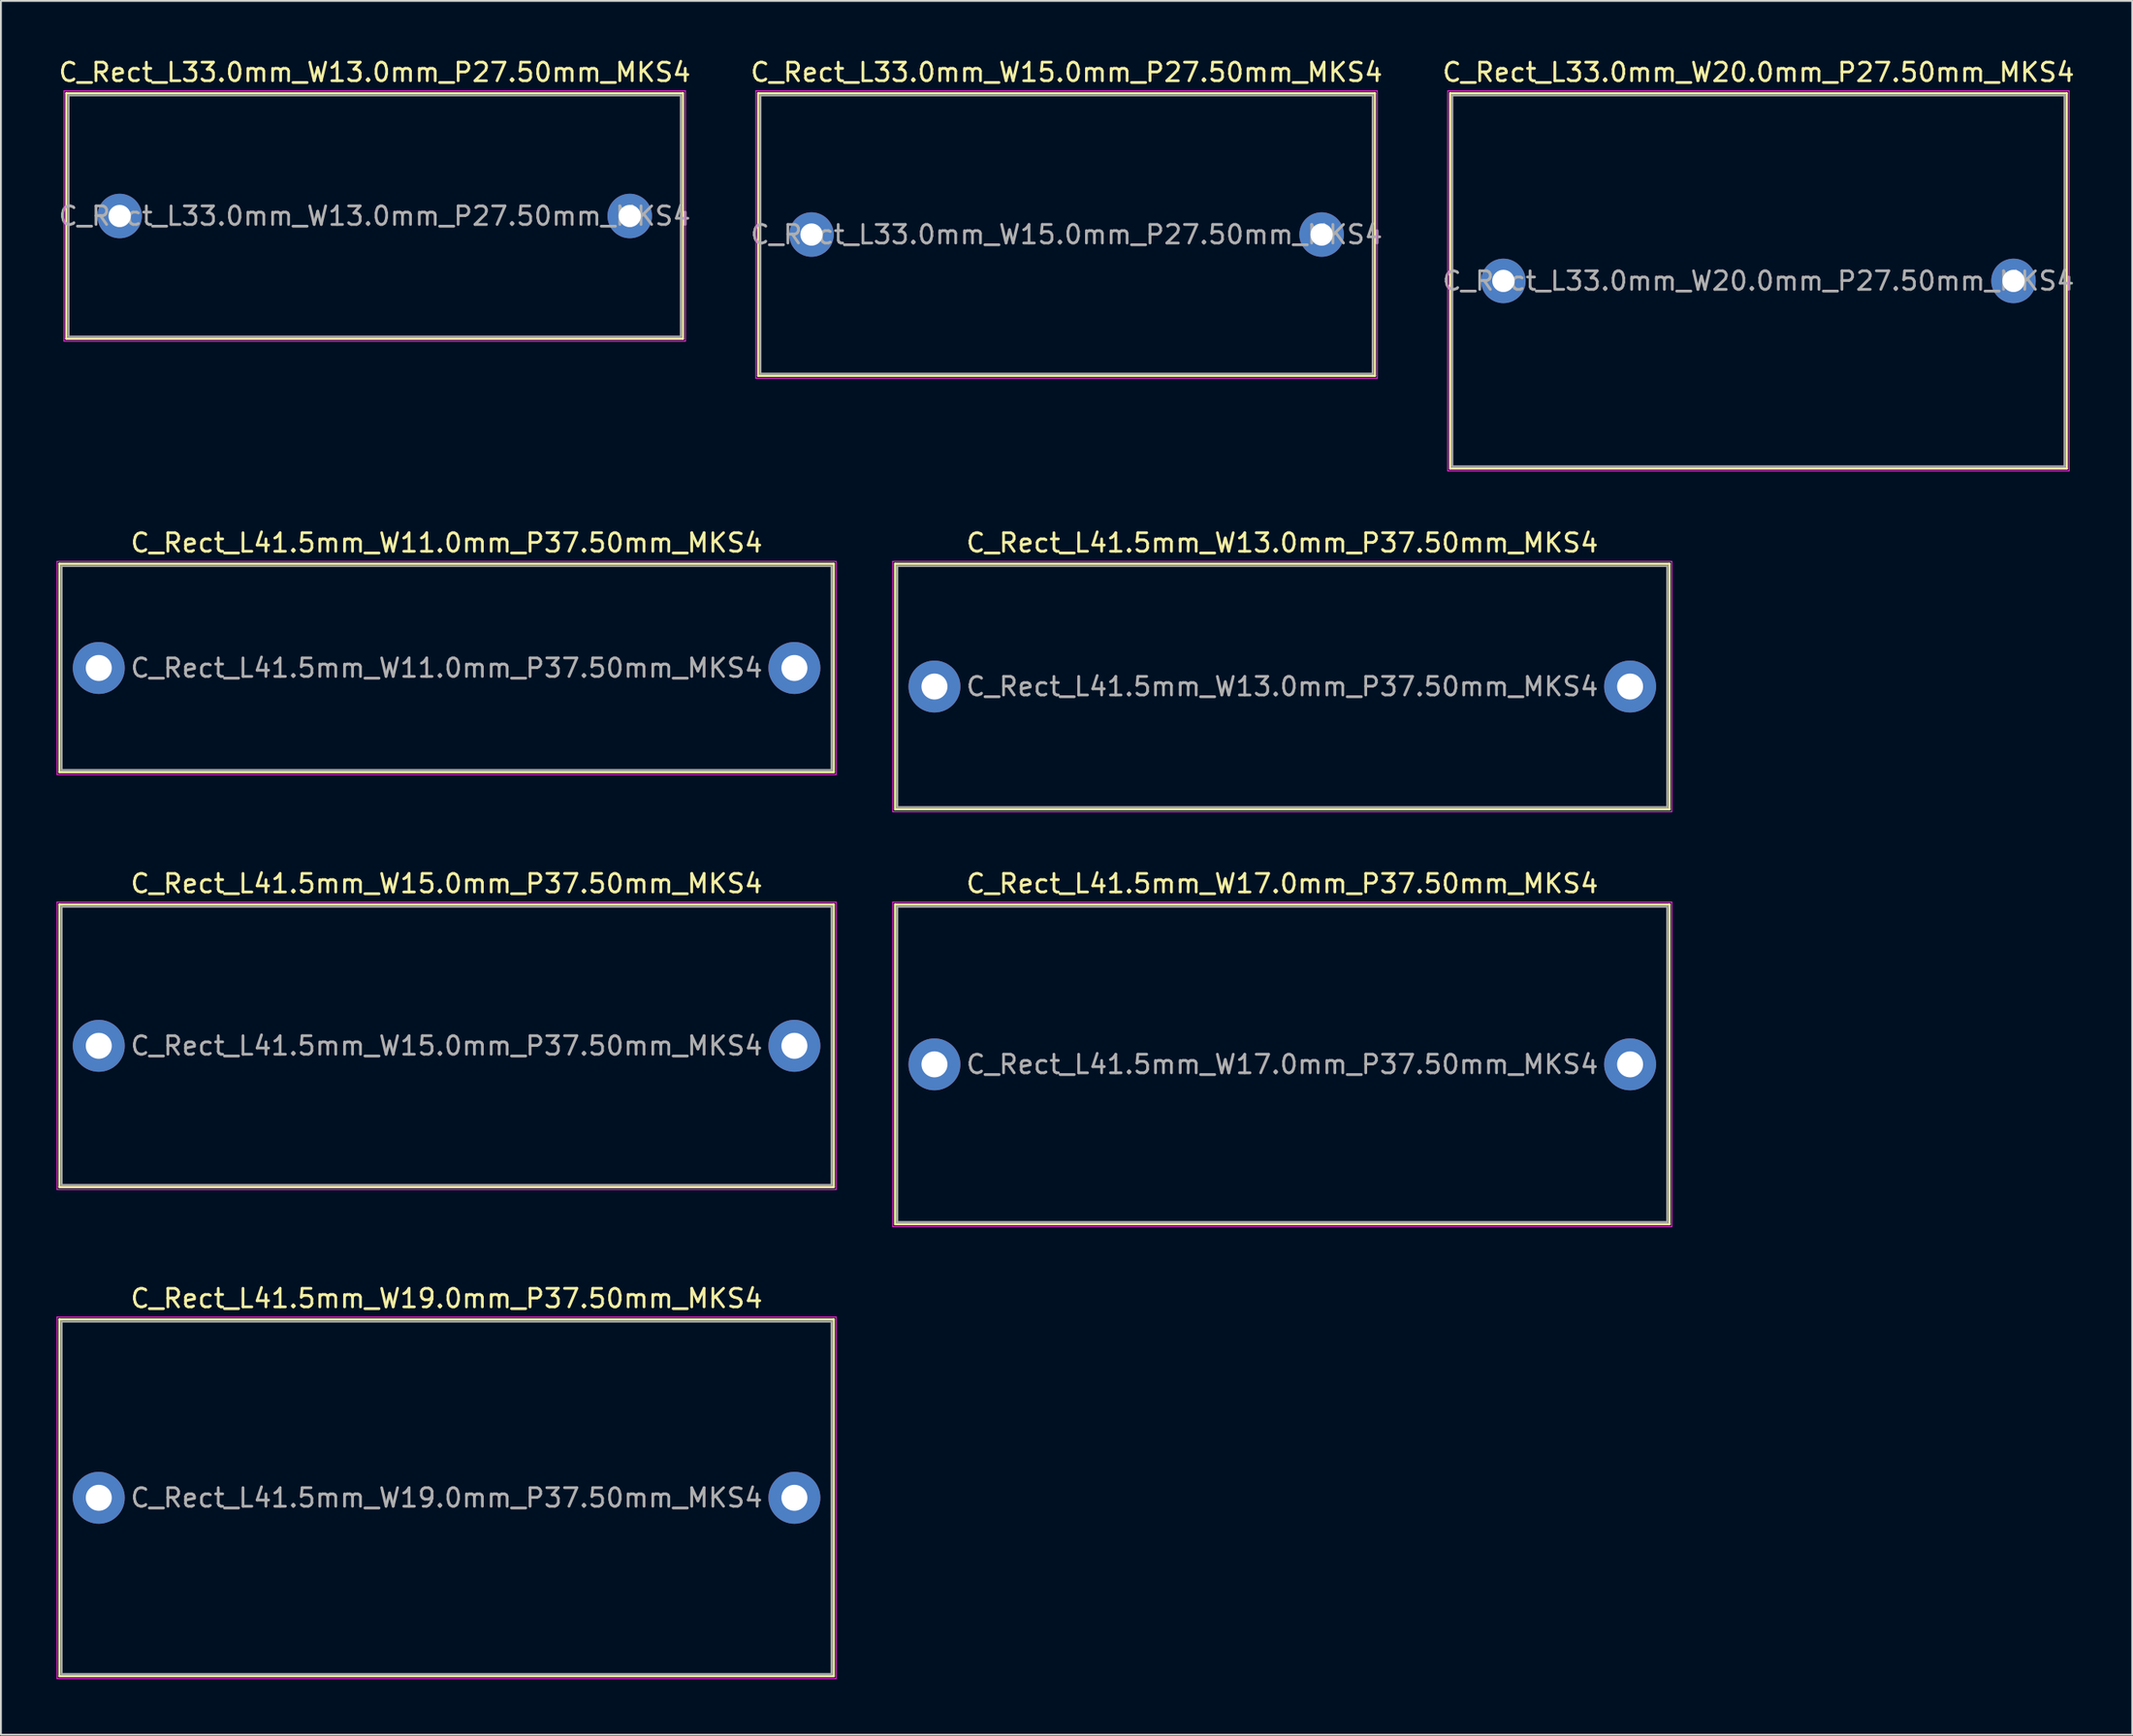
<source format=kicad_pcb>
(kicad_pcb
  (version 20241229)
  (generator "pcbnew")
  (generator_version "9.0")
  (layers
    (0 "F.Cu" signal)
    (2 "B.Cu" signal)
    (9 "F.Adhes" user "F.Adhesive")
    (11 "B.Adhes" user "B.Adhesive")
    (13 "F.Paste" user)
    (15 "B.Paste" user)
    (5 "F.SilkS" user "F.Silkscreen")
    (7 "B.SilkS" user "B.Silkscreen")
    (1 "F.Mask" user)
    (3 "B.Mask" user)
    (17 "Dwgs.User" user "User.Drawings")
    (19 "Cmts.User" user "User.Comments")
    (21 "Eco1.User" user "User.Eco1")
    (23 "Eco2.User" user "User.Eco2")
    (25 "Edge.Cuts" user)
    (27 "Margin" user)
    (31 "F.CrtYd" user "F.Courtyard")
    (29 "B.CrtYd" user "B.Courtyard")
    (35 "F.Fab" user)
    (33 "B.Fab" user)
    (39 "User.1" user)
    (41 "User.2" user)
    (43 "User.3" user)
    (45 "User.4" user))
  (footprint "C_Rect_L41.5mm_W17.0mm_P37.50mm_MKS4"
    (layer "F.Cu")
    (at 47.325 54.345)
    (property "Reference" "C_Rect_L41.5mm_W17.0mm_P37.50mm_MKS4" (at 18.75 -9.75 0) (layer "F.SilkS") (effects (font (size 1 1) (thickness 0.15))))
    (attr through_hole)
    (fp_line (start -2.12 -8.62) (end -2.12 8.62) (stroke (width 0.12) (type solid)) (layer "F.SilkS"))
    (fp_line (start -2.12 -8.62) (end 39.62 -8.62) (stroke (width 0.12) (type solid)) (layer "F.SilkS"))
    (fp_line (start -2.12 8.62) (end 39.62 8.62) (stroke (width 0.12) (type solid)) (layer "F.SilkS"))
    (fp_line (start 39.62 -8.62) (end 39.62 8.62) (stroke (width 0.12) (type solid)) (layer "F.SilkS"))
    (fp_line (start -2.25 -8.75) (end -2.25 8.75) (stroke (width 0.05) (type solid)) (layer "F.CrtYd"))
    (fp_line (start -2.25 8.75) (end 39.75 8.75) (stroke (width 0.05) (type solid)) (layer "F.CrtYd"))
    (fp_line (start 39.75 -8.75) (end -2.25 -8.75) (stroke (width 0.05) (type solid)) (layer "F.CrtYd"))
    (fp_line (start 39.75 8.75) (end 39.75 -8.75) (stroke (width 0.05) (type solid)) (layer "F.CrtYd"))
    (fp_line (start -2 -8.5) (end -2 8.5) (stroke (width 0.1) (type solid)) (layer "F.Fab"))
    (fp_line (start -2 8.5) (end 39.5 8.5) (stroke (width 0.1) (type solid)) (layer "F.Fab"))
    (fp_line (start 39.5 -8.5) (end -2 -8.5) (stroke (width 0.1) (type solid)) (layer "F.Fab"))
    (fp_line (start 39.5 8.5) (end 39.5 -8.5) (stroke (width 0.1) (type solid)) (layer "F.Fab"))
    (fp_text user "${REFERENCE}" (at 18.75 0 0) (layer "F.Fab") (effects (font (size 1 1) (thickness 0.15))))
    (pad "1" thru_hole circle (at 0 0) (size 2.8 2.8) (drill 1.4) (layers "*.Cu" "*.Mask"))
    (pad "2" thru_hole circle (at 37.5 0) (size 2.8 2.8) (drill 1.4) (layers "*.Cu" "*.Mask")))
  (footprint "C_Rect_L41.5mm_W13.0mm_P37.50mm_MKS4"
    (layer "F.Cu")
    (at 47.325 33.971)
    (property "Reference" "C_Rect_L41.5mm_W13.0mm_P37.50mm_MKS4" (at 18.75 -7.75 0) (layer "F.SilkS") (effects (font (size 1 1) (thickness 0.15))))
    (attr through_hole)
    (fp_line (start -2.12 -6.62) (end -2.12 6.62) (stroke (width 0.12) (type solid)) (layer "F.SilkS"))
    (fp_line (start -2.12 -6.62) (end 39.62 -6.62) (stroke (width 0.12) (type solid)) (layer "F.SilkS"))
    (fp_line (start -2.12 6.62) (end 39.62 6.62) (stroke (width 0.12) (type solid)) (layer "F.SilkS"))
    (fp_line (start 39.62 -6.62) (end 39.62 6.62) (stroke (width 0.12) (type solid)) (layer "F.SilkS"))
    (fp_line (start -2.25 -6.75) (end -2.25 6.75) (stroke (width 0.05) (type solid)) (layer "F.CrtYd"))
    (fp_line (start -2.25 6.75) (end 39.75 6.75) (stroke (width 0.05) (type solid)) (layer "F.CrtYd"))
    (fp_line (start 39.75 -6.75) (end -2.25 -6.75) (stroke (width 0.05) (type solid)) (layer "F.CrtYd"))
    (fp_line (start 39.75 6.75) (end 39.75 -6.75) (stroke (width 0.05) (type solid)) (layer "F.CrtYd"))
    (fp_line (start -2 -6.5) (end -2 6.5) (stroke (width 0.1) (type solid)) (layer "F.Fab"))
    (fp_line (start -2 6.5) (end 39.5 6.5) (stroke (width 0.1) (type solid)) (layer "F.Fab"))
    (fp_line (start 39.5 -6.5) (end -2 -6.5) (stroke (width 0.1) (type solid)) (layer "F.Fab"))
    (fp_line (start 39.5 6.5) (end 39.5 -6.5) (stroke (width 0.1) (type solid)) (layer "F.Fab"))
    (fp_text user "${REFERENCE}" (at 18.75 0 0) (layer "F.Fab") (effects (font (size 1 1) (thickness 0.15))))
    (pad "1" thru_hole circle (at 0 0) (size 2.8 2.8) (drill 1.4) (layers "*.Cu" "*.Mask"))
    (pad "2" thru_hole circle (at 37.5 0) (size 2.8 2.8) (drill 1.4) (layers "*.Cu" "*.Mask")))
  (footprint "C_Rect_L33.0mm_W15.0mm_P27.50mm_MKS4"
    (layer "F.Cu")
    (at 40.696 9.598)
    (property "Reference" "C_Rect_L33.0mm_W15.0mm_P27.50mm_MKS4" (at 13.75 -8.75 0) (layer "F.SilkS") (effects (font (size 1 1) (thickness 0.15))))
    (attr through_hole)
    (fp_line (start -2.87 -7.62) (end -2.87 7.62) (stroke (width 0.12) (type solid)) (layer "F.SilkS"))
    (fp_line (start -2.87 -7.62) (end 30.37 -7.62) (stroke (width 0.12) (type solid)) (layer "F.SilkS"))
    (fp_line (start -2.87 7.62) (end 30.37 7.62) (stroke (width 0.12) (type solid)) (layer "F.SilkS"))
    (fp_line (start 30.37 -7.62) (end 30.37 7.62) (stroke (width 0.12) (type solid)) (layer "F.SilkS"))
    (fp_line (start -3 -7.75) (end -3 7.75) (stroke (width 0.05) (type solid)) (layer "F.CrtYd"))
    (fp_line (start -3 7.75) (end 30.5 7.75) (stroke (width 0.05) (type solid)) (layer "F.CrtYd"))
    (fp_line (start 30.5 -7.75) (end -3 -7.75) (stroke (width 0.05) (type solid)) (layer "F.CrtYd"))
    (fp_line (start 30.5 7.75) (end 30.5 -7.75) (stroke (width 0.05) (type solid)) (layer "F.CrtYd"))
    (fp_line (start -2.75 -7.5) (end -2.75 7.5) (stroke (width 0.1) (type solid)) (layer "F.Fab"))
    (fp_line (start -2.75 7.5) (end 30.25 7.5) (stroke (width 0.1) (type solid)) (layer "F.Fab"))
    (fp_line (start 30.25 -7.5) (end -2.75 -7.5) (stroke (width 0.1) (type solid)) (layer "F.Fab"))
    (fp_line (start 30.25 7.5) (end 30.25 -7.5) (stroke (width 0.1) (type solid)) (layer "F.Fab"))
    (fp_text user "${REFERENCE}" (at 13.75 0 0) (layer "F.Fab") (effects (font (size 1 1) (thickness 0.15))))
    (pad "1" thru_hole circle (at 0 0) (size 2.4 2.4) (drill 1.2) (layers "*.Cu" "*.Mask"))
    (pad "2" thru_hole circle (at 27.5 0) (size 2.4 2.4) (drill 1.2) (layers "*.Cu" "*.Mask")))
  (footprint "C_Rect_L33.0mm_W13.0mm_P27.50mm_MKS4"
    (layer "F.Cu")
    (at 3.399 8.598)
    (property "Reference" "C_Rect_L33.0mm_W13.0mm_P27.50mm_MKS4" (at 13.75 -7.75 0) (layer "F.SilkS") (effects (font (size 1 1) (thickness 0.15))))
    (attr through_hole)
    (fp_line (start -2.87 -6.62) (end -2.87 6.62) (stroke (width 0.12) (type solid)) (layer "F.SilkS"))
    (fp_line (start -2.87 -6.62) (end 30.37 -6.62) (stroke (width 0.12) (type solid)) (layer "F.SilkS"))
    (fp_line (start -2.87 6.62) (end 30.37 6.62) (stroke (width 0.12) (type solid)) (layer "F.SilkS"))
    (fp_line (start 30.37 -6.62) (end 30.37 6.62) (stroke (width 0.12) (type solid)) (layer "F.SilkS"))
    (fp_line (start -3 -6.75) (end -3 6.75) (stroke (width 0.05) (type solid)) (layer "F.CrtYd"))
    (fp_line (start -3 6.75) (end 30.5 6.75) (stroke (width 0.05) (type solid)) (layer "F.CrtYd"))
    (fp_line (start 30.5 -6.75) (end -3 -6.75) (stroke (width 0.05) (type solid)) (layer "F.CrtYd"))
    (fp_line (start 30.5 6.75) (end 30.5 -6.75) (stroke (width 0.05) (type solid)) (layer "F.CrtYd"))
    (fp_line (start -2.75 -6.5) (end -2.75 6.5) (stroke (width 0.1) (type solid)) (layer "F.Fab"))
    (fp_line (start -2.75 6.5) (end 30.25 6.5) (stroke (width 0.1) (type solid)) (layer "F.Fab"))
    (fp_line (start 30.25 -6.5) (end -2.75 -6.5) (stroke (width 0.1) (type solid)) (layer "F.Fab"))
    (fp_line (start 30.25 6.5) (end 30.25 -6.5) (stroke (width 0.1) (type solid)) (layer "F.Fab"))
    (fp_text user "${REFERENCE}" (at 13.75 0 0) (layer "F.Fab") (effects (font (size 1 1) (thickness 0.15))))
    (pad "1" thru_hole circle (at 0 0) (size 2.4 2.4) (drill 1.2) (layers "*.Cu" "*.Mask"))
    (pad "2" thru_hole circle (at 27.5 0) (size 2.4 2.4) (drill 1.2) (layers "*.Cu" "*.Mask")))
  (footprint "C_Rect_L33.0mm_W20.0mm_P27.50mm_MKS4"
    (layer "F.Cu")
    (at 77.994 12.098)
    (property "Reference" "C_Rect_L33.0mm_W20.0mm_P27.50mm_MKS4" (at 13.75 -11.25 0) (layer "F.SilkS") (effects (font (size 1 1) (thickness 0.15))))
    (attr through_hole)
    (fp_line (start -2.87 -10.12) (end -2.87 10.12) (stroke (width 0.12) (type solid)) (layer "F.SilkS"))
    (fp_line (start -2.87 -10.12) (end 30.37 -10.12) (stroke (width 0.12) (type solid)) (layer "F.SilkS"))
    (fp_line (start -2.87 10.12) (end 30.37 10.12) (stroke (width 0.12) (type solid)) (layer "F.SilkS"))
    (fp_line (start 30.37 -10.12) (end 30.37 10.12) (stroke (width 0.12) (type solid)) (layer "F.SilkS"))
    (fp_line (start -3 -10.25) (end -3 10.25) (stroke (width 0.05) (type solid)) (layer "F.CrtYd"))
    (fp_line (start -3 10.25) (end 30.5 10.25) (stroke (width 0.05) (type solid)) (layer "F.CrtYd"))
    (fp_line (start 30.5 -10.25) (end -3 -10.25) (stroke (width 0.05) (type solid)) (layer "F.CrtYd"))
    (fp_line (start 30.5 10.25) (end 30.5 -10.25) (stroke (width 0.05) (type solid)) (layer "F.CrtYd"))
    (fp_line (start -2.75 -10) (end -2.75 10) (stroke (width 0.1) (type solid)) (layer "F.Fab"))
    (fp_line (start -2.75 10) (end 30.25 10) (stroke (width 0.1) (type solid)) (layer "F.Fab"))
    (fp_line (start 30.25 -10) (end -2.75 -10) (stroke (width 0.1) (type solid)) (layer "F.Fab"))
    (fp_line (start 30.25 10) (end 30.25 -10) (stroke (width 0.1) (type solid)) (layer "F.Fab"))
    (fp_text user "${REFERENCE}" (at 13.75 0 0) (layer "F.Fab") (effects (font (size 1 1) (thickness 0.15))))
    (pad "1" thru_hole circle (at 0 0) (size 2.4 2.4) (drill 1.2) (layers "*.Cu" "*.Mask"))
    (pad "2" thru_hole circle (at 27.5 0) (size 2.4 2.4) (drill 1.2) (layers "*.Cu" "*.Mask")))
  (footprint "C_Rect_L41.5mm_W11.0mm_P37.50mm_MKS4"
    (layer "F.Cu")
    (at 2.275 32.971)
    (property "Reference" "C_Rect_L41.5mm_W11.0mm_P37.50mm_MKS4" (at 18.75 -6.75 0) (layer "F.SilkS") (effects (font (size 1 1) (thickness 0.15))))
    (attr through_hole)
    (fp_line (start -2.12 -5.62) (end -2.12 5.62) (stroke (width 0.12) (type solid)) (layer "F.SilkS"))
    (fp_line (start -2.12 -5.62) (end 39.62 -5.62) (stroke (width 0.12) (type solid)) (layer "F.SilkS"))
    (fp_line (start -2.12 5.62) (end 39.62 5.62) (stroke (width 0.12) (type solid)) (layer "F.SilkS"))
    (fp_line (start 39.62 -5.62) (end 39.62 5.62) (stroke (width 0.12) (type solid)) (layer "F.SilkS"))
    (fp_line (start -2.25 -5.75) (end -2.25 5.75) (stroke (width 0.05) (type solid)) (layer "F.CrtYd"))
    (fp_line (start -2.25 5.75) (end 39.75 5.75) (stroke (width 0.05) (type solid)) (layer "F.CrtYd"))
    (fp_line (start 39.75 -5.75) (end -2.25 -5.75) (stroke (width 0.05) (type solid)) (layer "F.CrtYd"))
    (fp_line (start 39.75 5.75) (end 39.75 -5.75) (stroke (width 0.05) (type solid)) (layer "F.CrtYd"))
    (fp_line (start -2 -5.5) (end -2 5.5) (stroke (width 0.1) (type solid)) (layer "F.Fab"))
    (fp_line (start -2 5.5) (end 39.5 5.5) (stroke (width 0.1) (type solid)) (layer "F.Fab"))
    (fp_line (start 39.5 -5.5) (end -2 -5.5) (stroke (width 0.1) (type solid)) (layer "F.Fab"))
    (fp_line (start 39.5 5.5) (end 39.5 -5.5) (stroke (width 0.1) (type solid)) (layer "F.Fab"))
    (fp_text user "${REFERENCE}" (at 18.75 0 0) (layer "F.Fab") (effects (font (size 1 1) (thickness 0.15))))
    (pad "1" thru_hole circle (at 0 0) (size 2.8 2.8) (drill 1.4) (layers "*.Cu" "*.Mask"))
    (pad "2" thru_hole circle (at 37.5 0) (size 2.8 2.8) (drill 1.4) (layers "*.Cu" "*.Mask")))
  (footprint "C_Rect_L41.5mm_W19.0mm_P37.50mm_MKS4"
    (layer "F.Cu")
    (at 2.275 77.718)
    (property "Reference" "C_Rect_L41.5mm_W19.0mm_P37.50mm_MKS4" (at 18.75 -10.75 0) (layer "F.SilkS") (effects (font (size 1 1) (thickness 0.15))))
    (attr through_hole)
    (fp_line (start -2.12 -9.62) (end -2.12 9.62) (stroke (width 0.12) (type solid)) (layer "F.SilkS"))
    (fp_line (start -2.12 -9.62) (end 39.62 -9.62) (stroke (width 0.12) (type solid)) (layer "F.SilkS"))
    (fp_line (start -2.12 9.62) (end 39.62 9.62) (stroke (width 0.12) (type solid)) (layer "F.SilkS"))
    (fp_line (start 39.62 -9.62) (end 39.62 9.62) (stroke (width 0.12) (type solid)) (layer "F.SilkS"))
    (fp_line (start -2.25 -9.75) (end -2.25 9.75) (stroke (width 0.05) (type solid)) (layer "F.CrtYd"))
    (fp_line (start -2.25 9.75) (end 39.75 9.75) (stroke (width 0.05) (type solid)) (layer "F.CrtYd"))
    (fp_line (start 39.75 -9.75) (end -2.25 -9.75) (stroke (width 0.05) (type solid)) (layer "F.CrtYd"))
    (fp_line (start 39.75 9.75) (end 39.75 -9.75) (stroke (width 0.05) (type solid)) (layer "F.CrtYd"))
    (fp_line (start -2 -9.5) (end -2 9.5) (stroke (width 0.1) (type solid)) (layer "F.Fab"))
    (fp_line (start -2 9.5) (end 39.5 9.5) (stroke (width 0.1) (type solid)) (layer "F.Fab"))
    (fp_line (start 39.5 -9.5) (end -2 -9.5) (stroke (width 0.1) (type solid)) (layer "F.Fab"))
    (fp_line (start 39.5 9.5) (end 39.5 -9.5) (stroke (width 0.1) (type solid)) (layer "F.Fab"))
    (fp_text user "${REFERENCE}" (at 18.75 0 0) (layer "F.Fab") (effects (font (size 1 1) (thickness 0.15))))
    (pad "1" thru_hole circle (at 0 0) (size 2.8 2.8) (drill 1.4) (layers "*.Cu" "*.Mask"))
    (pad "2" thru_hole circle (at 37.5 0) (size 2.8 2.8) (drill 1.4) (layers "*.Cu" "*.Mask")))
  (footprint "C_Rect_L41.5mm_W15.0mm_P37.50mm_MKS4"
    (layer "F.Cu")
    (at 2.275 53.345)
    (property "Reference" "C_Rect_L41.5mm_W15.0mm_P37.50mm_MKS4" (at 18.75 -8.75 0) (layer "F.SilkS") (effects (font (size 1 1) (thickness 0.15))))
    (attr through_hole)
    (fp_line (start -2.12 -7.62) (end -2.12 7.62) (stroke (width 0.12) (type solid)) (layer "F.SilkS"))
    (fp_line (start -2.12 -7.62) (end 39.62 -7.62) (stroke (width 0.12) (type solid)) (layer "F.SilkS"))
    (fp_line (start -2.12 7.62) (end 39.62 7.62) (stroke (width 0.12) (type solid)) (layer "F.SilkS"))
    (fp_line (start 39.62 -7.62) (end 39.62 7.62) (stroke (width 0.12) (type solid)) (layer "F.SilkS"))
    (fp_line (start -2.25 -7.75) (end -2.25 7.75) (stroke (width 0.05) (type solid)) (layer "F.CrtYd"))
    (fp_line (start -2.25 7.75) (end 39.75 7.75) (stroke (width 0.05) (type solid)) (layer "F.CrtYd"))
    (fp_line (start 39.75 -7.75) (end -2.25 -7.75) (stroke (width 0.05) (type solid)) (layer "F.CrtYd"))
    (fp_line (start 39.75 7.75) (end 39.75 -7.75) (stroke (width 0.05) (type solid)) (layer "F.CrtYd"))
    (fp_line (start -2 -7.5) (end -2 7.5) (stroke (width 0.1) (type solid)) (layer "F.Fab"))
    (fp_line (start -2 7.5) (end 39.5 7.5) (stroke (width 0.1) (type solid)) (layer "F.Fab"))
    (fp_line (start 39.5 -7.5) (end -2 -7.5) (stroke (width 0.1) (type solid)) (layer "F.Fab"))
    (fp_line (start 39.5 7.5) (end 39.5 -7.5) (stroke (width 0.1) (type solid)) (layer "F.Fab"))
    (fp_text user "${REFERENCE}" (at 18.75 0 0) (layer "F.Fab") (effects (font (size 1 1) (thickness 0.15))))
    (pad "1" thru_hole circle (at 0 0) (size 2.8 2.8) (drill 1.4) (layers "*.Cu" "*.Mask"))
    (pad "2" thru_hole circle (at 37.5 0) (size 2.8 2.8) (drill 1.4) (layers "*.Cu" "*.Mask")))
  (gr_rect
    (start -3 -3)
    (end 111.893 90.493)
    (stroke (width 0.1) (type default))
    (fill no)
    (layer "Edge.Cuts")))
</source>
